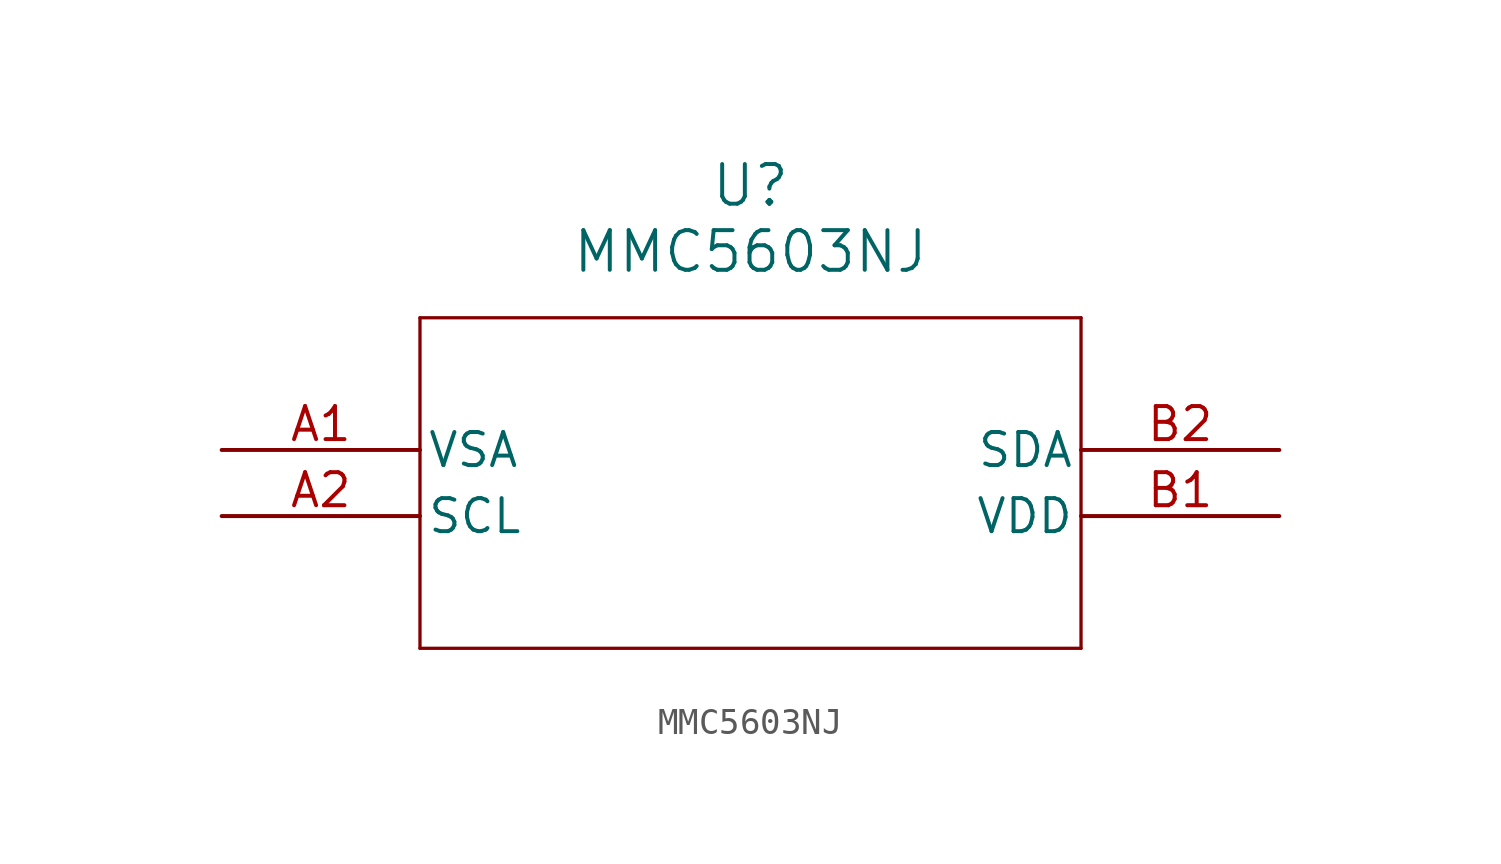
<source format=kicad_sym>
(kicad_symbol_lib
  (version 20211014)
  (generator kicad_symbol_editor)
  (symbol "MMC5603NJ"
    (pin_names
      (offset 0.254))
    (property "Reference" "U"
      (at 20.32 10.16 0)
      (effects (font (size 1.524 1.524))))
    (property "Value" "MMC5603NJ"
      (at 20.32 7.62 0)
      (effects (font (size 1.524 1.524))))
    (symbol "MMC5603NJ_0_1"
      (polyline (pts (xy 7.62 5.08) (xy 7.62 -7.62)) (stroke (width 0.127) (type default) (color 0 0 0 0)) (fill (type none)))
      (polyline (pts (xy 7.62 -7.62) (xy 33.02 -7.62)) (stroke (width 0.127) (type default) (color 0 0 0 0)) (fill (type none)))
      (polyline (pts (xy 33.02 -7.62) (xy 33.02 5.08)) (stroke (width 0.127) (type default) (color 0 0 0 0)) (fill (type none)))
      (polyline (pts (xy 33.02 5.08) (xy 7.62 5.08)) (stroke (width 0.127) (type default) (color 0 0 0 0)) (fill (type none)))
      (pin power_out line (at 0 0 0) (length 7.62) (name "VSA" (effects (font (size 1.27 1.27)))) (number "A1" (effects (font (size 1.27 1.27)))))
      (pin input line (at 0 -2.54 0) (length 7.62) (name "SCL" (effects (font (size 1.27 1.27)))) (number "A2" (effects (font (size 1.27 1.27)))))
      (pin power_in line (at 40.64 -2.54 180) (length 7.62) (name "VDD" (effects (font (size 1.27 1.27)))) (number "B1" (effects (font (size 1.27 1.27)))))
      (pin bidirectional line (at 40.64 0 180) (length 7.62) (name "SDA" (effects (font (size 1.27 1.27)))) (number "B2" (effects (font (size 1.27 1.27))))))))
</source>
